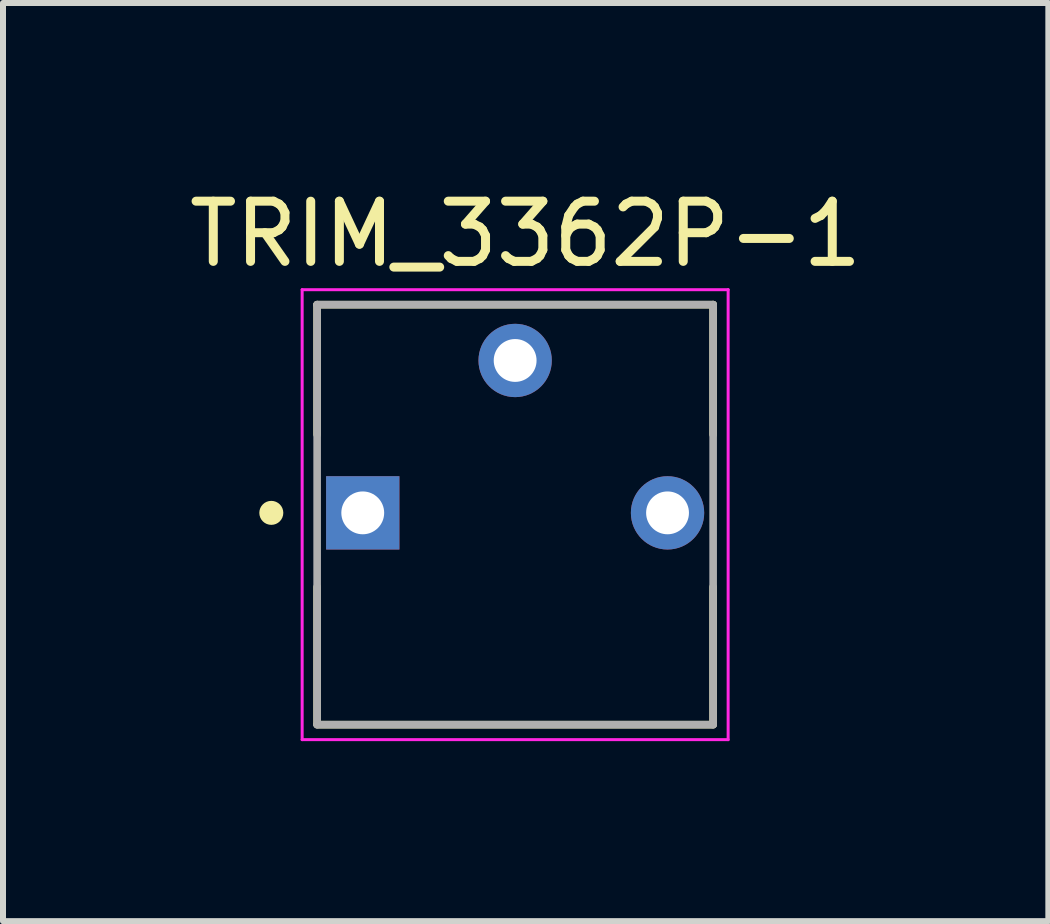
<source format=kicad_pcb>
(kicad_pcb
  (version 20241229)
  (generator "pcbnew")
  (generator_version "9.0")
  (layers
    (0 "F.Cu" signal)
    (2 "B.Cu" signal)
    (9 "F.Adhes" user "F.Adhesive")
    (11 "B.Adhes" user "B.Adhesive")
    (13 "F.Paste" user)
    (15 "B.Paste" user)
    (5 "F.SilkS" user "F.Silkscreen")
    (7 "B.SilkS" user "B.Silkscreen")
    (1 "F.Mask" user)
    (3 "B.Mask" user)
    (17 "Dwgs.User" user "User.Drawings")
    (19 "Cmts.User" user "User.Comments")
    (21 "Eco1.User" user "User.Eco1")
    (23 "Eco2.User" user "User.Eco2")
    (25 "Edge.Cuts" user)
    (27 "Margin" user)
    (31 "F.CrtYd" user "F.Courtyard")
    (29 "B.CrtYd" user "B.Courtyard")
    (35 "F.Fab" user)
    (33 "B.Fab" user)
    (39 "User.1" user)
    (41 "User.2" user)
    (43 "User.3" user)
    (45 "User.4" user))
  (footprint "TRIM_3362P-1"
    (layer "F.Cu")
    (at 5.536 5.498)
    (property "Reference" "TRIM_3362P-1" (at 0.175 -4.648 0) (layer "F.SilkS") (effects (font (size 1.003 1.003) (thickness 0.15))))
    (attr through_hole)
    (fp_line (start -3.3 -3.47) (end 3.3 -3.47) (stroke (width 0.127) (type solid)) (layer "F.SilkS"))
    (fp_line (start -3.3 -1.305) (end -3.3 -3.47) (stroke (width 0.127) (type solid)) (layer "F.SilkS"))
    (fp_line (start -3.3 3.52) (end -3.3 1.235) (stroke (width 0.127) (type solid)) (layer "F.SilkS"))
    (fp_line (start 3.3 -3.47) (end 3.3 -1.305) (stroke (width 0.127) (type solid)) (layer "F.SilkS"))
    (fp_line (start 3.3 1.235) (end 3.3 3.52) (stroke (width 0.127) (type solid)) (layer "F.SilkS"))
    (fp_line (start 3.3 3.53) (end -3.3 3.53) (stroke (width 0.127) (type solid)) (layer "F.SilkS"))
    (fp_circle (center -4.064 0) (end -3.964 0) (stroke (width 0.2) (type solid)) (fill no) (layer "F.SilkS"))
    (fp_line (start -3.55 -3.72) (end 3.55 -3.72) (stroke (width 0.05) (type solid)) (layer "F.CrtYd"))
    (fp_line (start -3.55 3.78) (end -3.55 -3.72) (stroke (width 0.05) (type solid)) (layer "F.CrtYd"))
    (fp_line (start 3.55 -3.72) (end 3.55 3.78) (stroke (width 0.05) (type solid)) (layer "F.CrtYd"))
    (fp_line (start 3.55 3.78) (end -3.55 3.78) (stroke (width 0.05) (type solid)) (layer "F.CrtYd"))
    (fp_line (start -3.3 -3.47) (end 3.3 -3.47) (stroke (width 0.127) (type solid)) (layer "F.Fab"))
    (fp_line (start -3.3 3.53) (end -3.3 -3.47) (stroke (width 0.127) (type solid)) (layer "F.Fab"))
    (fp_line (start 3.3 -3.47) (end 3.3 3.53) (stroke (width 0.127) (type solid)) (layer "F.Fab"))
    (fp_line (start 3.3 3.53) (end -3.3 3.53) (stroke (width 0.127) (type solid)) (layer "F.Fab"))
    (pad "1" thru_hole rect (at -2.54 0) (size 1.222 1.222) (drill 0.714) (layers "*.Cu" "*.Mask"))
    (pad "2" thru_hole circle (at 0 -2.54) (size 1.222 1.222) (drill 0.714) (layers "*.Cu" "*.Mask"))
    (pad "3" thru_hole circle (at 2.54 0) (size 1.222 1.222) (drill 0.714) (layers "*.Cu" "*.Mask")))
  (gr_rect
    (start -3 -3)
    (end 14.423 12.303)
    (stroke (width 0.1) (type default))
    (fill no)
    (layer "Edge.Cuts")))
</source>
